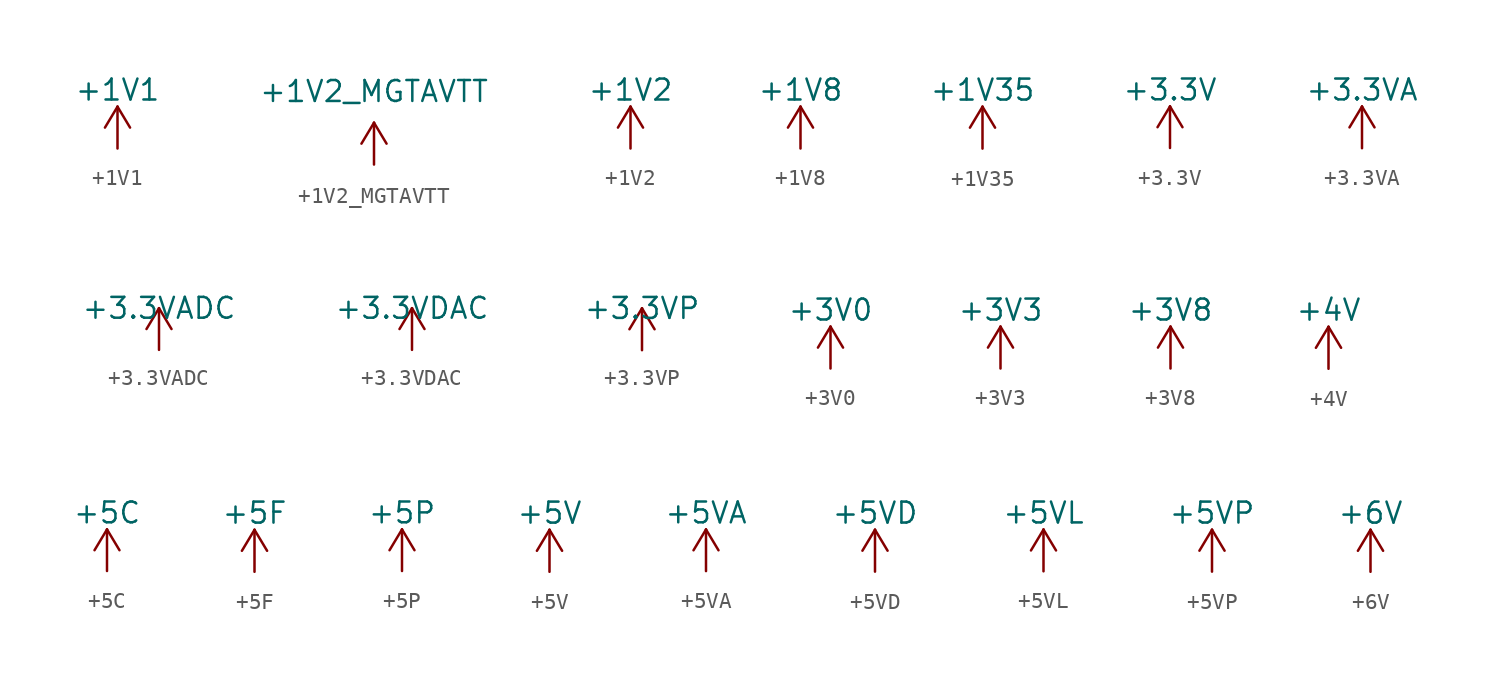
<source format=kicad_sym>
(kicad_symbol_lib
  (version 20220914)
  (generator kicad_symbol_editor)
  (symbol "+1V1"
    (power)
    (pin_names
      (offset 0))
    (property "Reference" "#PWR"
      (at 0 -3.81 0)
      (effects (font (size 1.27 1.27)) hide))
    (property "Value" "+1V1"
      (at 0 3.556 0)
      (effects (font (size 1.27 1.27))))
    (symbol "+1V1_0_1"
      (polyline (pts (xy -0.762 1.27) (xy 0 2.54)) (stroke (width 0) (type default)) (fill (type none)))
      (polyline (pts (xy 0 0) (xy 0 2.54)) (stroke (width 0) (type default)) (fill (type none)))
      (polyline (pts (xy 0 2.54) (xy 0.762 1.27)) (stroke (width 0) (type default)) (fill (type none))))
    (symbol "+1V1_1_1"
      (pin power_in line (at 0 0 90) (length 0) hide (name "+1V1" (effects (font (size 1.27 1.27)))) (number "1" (effects (font (size 1.27 1.27)))))))
  (symbol "+1V2_MGTAVTT"
    (power)
    (pin_names
      (offset 0))
    (property "Reference" "#PWR037"
      (at 0 -3.81 0)
      (effects (font (size 1.27 1.27)) hide))
    (property "Value" "+1V2_MGTAVTT"
      (at 0 4.445 0)
      (effects (font (size 1.27 1.27))))
    (symbol "+1V2_MGTAVTT_0_1"
      (polyline (pts (xy -0.762 1.27) (xy 0 2.54)) (stroke (width 0) (type default)) (fill (type none)))
      (polyline (pts (xy 0 0) (xy 0 2.54)) (stroke (width 0) (type default)) (fill (type none)))
      (polyline (pts (xy 0 2.54) (xy 0.762 1.27)) (stroke (width 0) (type default)) (fill (type none))))
    (symbol "+1V2_MGTAVTT_1_1"
      (pin power_in line (at 0 0 90) (length 0) hide (name "+1V2" (effects (font (size 1.27 1.27)))) (number "1" (effects (font (size 1.27 1.27)))))))
  (symbol "+1V2"
    (power)
    (pin_names
      (offset 0))
    (property "Reference" "#PWR"
      (at 0 -3.81 0)
      (effects (font (size 1.27 1.27)) hide))
    (property "Value" "+1V2"
      (at 0 3.556 0)
      (effects (font (size 1.27 1.27))))
    (symbol "+1V2_0_1"
      (polyline (pts (xy -0.762 1.27) (xy 0 2.54)) (stroke (width 0) (type default)) (fill (type none)))
      (polyline (pts (xy 0 0) (xy 0 2.54)) (stroke (width 0) (type default)) (fill (type none)))
      (polyline (pts (xy 0 2.54) (xy 0.762 1.27)) (stroke (width 0) (type default)) (fill (type none))))
    (symbol "+1V2_1_1"
      (pin power_in line (at 0 0 90) (length 0) hide (name "+1V2" (effects (font (size 1.27 1.27)))) (number "1" (effects (font (size 1.27 1.27)))))))
  (symbol "+1V8"
    (power)
    (pin_names
      (offset 0))
    (property "Reference" "#PWR"
      (at 0 -3.81 0)
      (effects (font (size 1.27 1.27)) hide))
    (property "Value" "+1V8"
      (at 0 3.556 0)
      (effects (font (size 1.27 1.27))))
    (symbol "+1V8_0_1"
      (polyline (pts (xy -0.762 1.27) (xy 0 2.54)) (stroke (width 0) (type default)) (fill (type none)))
      (polyline (pts (xy 0 0) (xy 0 2.54)) (stroke (width 0) (type default)) (fill (type none)))
      (polyline (pts (xy 0 2.54) (xy 0.762 1.27)) (stroke (width 0) (type default)) (fill (type none))))
    (symbol "+1V8_1_1"
      (pin power_in line (at 0 0 90) (length 0) hide (name "+1V8" (effects (font (size 1.27 1.27)))) (number "1" (effects (font (size 1.27 1.27)))))))
  (symbol "+1V35"
    (power)
    (pin_names
      (offset 0))
    (property "Reference" "#PWR"
      (at 0 -3.81 0)
      (effects (font (size 1.27 1.27)) hide))
    (property "Value" "+1V35"
      (at 0 3.556 0)
      (effects (font (size 1.27 1.27))))
    (symbol "+1V35_0_1"
      (polyline (pts (xy -0.762 1.27) (xy 0 2.54)) (stroke (width 0) (type default)) (fill (type none)))
      (polyline (pts (xy 0 0) (xy 0 2.54)) (stroke (width 0) (type default)) (fill (type none)))
      (polyline (pts (xy 0 2.54) (xy 0.762 1.27)) (stroke (width 0) (type default)) (fill (type none))))
    (symbol "+1V35_1_1"
      (pin power_in line (at 0 0 90) (length 0) hide (name "+1V35" (effects (font (size 1.27 1.27)))) (number "1" (effects (font (size 1.27 1.27)))))))
  (symbol "+3.3V"
    (power)
    (pin_names
      (offset 0))
    (property "Reference" "#PWR"
      (at 0 -3.81 0)
      (effects (font (size 1.27 1.27)) hide))
    (property "Value" "+3.3V"
      (at 0 3.556 0)
      (effects (font (size 1.27 1.27))))
    (symbol "+3.3V_0_1"
      (polyline (pts (xy -0.762 1.27) (xy 0 2.54)) (stroke (width 0) (type default)) (fill (type none)))
      (polyline (pts (xy 0 0) (xy 0 2.54)) (stroke (width 0) (type default)) (fill (type none)))
      (polyline (pts (xy 0 2.54) (xy 0.762 1.27)) (stroke (width 0) (type default)) (fill (type none))))
    (symbol "+3.3V_1_1"
      (pin power_in line (at 0 0 90) (length 0) hide (name "+3.3V" (effects (font (size 1.27 1.27)))) (number "1" (effects (font (size 1.27 1.27)))))))
  (symbol "+3.3VA"
    (power)
    (pin_names
      (offset 0))
    (property "Reference" "#PWR"
      (at 0 -3.81 0)
      (effects (font (size 1.27 1.27)) hide))
    (property "Value" "+3.3VA"
      (at 0 3.556 0)
      (effects (font (size 1.27 1.27))))
    (symbol "+3.3VA_0_1"
      (polyline (pts (xy -0.762 1.27) (xy 0 2.54)) (stroke (width 0) (type default)) (fill (type none)))
      (polyline (pts (xy 0 0) (xy 0 2.54)) (stroke (width 0) (type default)) (fill (type none)))
      (polyline (pts (xy 0 2.54) (xy 0.762 1.27)) (stroke (width 0) (type default)) (fill (type none))))
    (symbol "+3.3VA_1_1"
      (pin power_in line (at 0 0 90) (length 0) hide (name "+3.3VA" (effects (font (size 1.27 1.27)))) (number "1" (effects (font (size 1.27 1.27)))))))
  (symbol "+3.3VADC"
    (power)
    (pin_names
      (offset 0))
    (property "Reference" "#PWR"
      (at 3.81 -1.27 0)
      (effects (font (size 1.27 1.27)) hide))
    (property "Value" "+3.3VADC"
      (at 0 2.54 0)
      (effects (font (size 1.27 1.27))))
    (symbol "+3.3VADC_0_0"
      (pin power_in line (at 0 0 90) (length 0) hide (name "+3.3VADC" (effects (font (size 1.27 1.27)))) (number "1" (effects (font (size 1.27 1.27))))))
    (symbol "+3.3VADC_0_1"
      (polyline (pts (xy -0.762 1.27) (xy 0 2.54)) (stroke (width 0) (type default)) (fill (type none)))
      (polyline (pts (xy 0 0) (xy 0 2.54)) (stroke (width 0) (type default)) (fill (type none)))
      (polyline (pts (xy 0 2.54) (xy 0.762 1.27)) (stroke (width 0) (type default)) (fill (type none)))))
  (symbol "+3.3VDAC"
    (power)
    (pin_names
      (offset 0))
    (property "Reference" "#PWR"
      (at 3.81 -1.27 0)
      (effects (font (size 1.27 1.27)) hide))
    (property "Value" "+3.3VDAC"
      (at 0 2.54 0)
      (effects (font (size 1.27 1.27))))
    (symbol "+3.3VDAC_0_0"
      (pin power_in line (at 0 0 90) (length 0) hide (name "+3.3VDAC" (effects (font (size 1.27 1.27)))) (number "1" (effects (font (size 1.27 1.27))))))
    (symbol "+3.3VDAC_0_1"
      (polyline (pts (xy -0.762 1.27) (xy 0 2.54)) (stroke (width 0) (type default)) (fill (type none)))
      (polyline (pts (xy 0 0) (xy 0 2.54)) (stroke (width 0) (type default)) (fill (type none)))
      (polyline (pts (xy 0 2.54) (xy 0.762 1.27)) (stroke (width 0) (type default)) (fill (type none)))))
  (symbol "+3.3VP"
    (power)
    (pin_names
      (offset 0))
    (property "Reference" "#PWR"
      (at 3.81 -1.27 0)
      (effects (font (size 1.27 1.27)) hide))
    (property "Value" "+3.3VP"
      (at 0 2.54 0)
      (effects (font (size 1.27 1.27))))
    (symbol "+3.3VP_0_0"
      (pin power_in line (at 0 0 90) (length 0) hide (name "+3.3VP" (effects (font (size 1.27 1.27)))) (number "1" (effects (font (size 1.27 1.27))))))
    (symbol "+3.3VP_0_1"
      (polyline (pts (xy -0.762 1.27) (xy 0 2.54)) (stroke (width 0) (type default)) (fill (type none)))
      (polyline (pts (xy 0 0) (xy 0 2.54)) (stroke (width 0) (type default)) (fill (type none)))
      (polyline (pts (xy 0 2.54) (xy 0.762 1.27)) (stroke (width 0) (type default)) (fill (type none)))))
  (symbol "+3V0"
    (power)
    (pin_names
      (offset 0))
    (property "Reference" "#PWR"
      (at 0 -3.81 0)
      (effects (font (size 1.27 1.27)) hide))
    (property "Value" "+3V0"
      (at 0 3.556 0)
      (effects (font (size 1.27 1.27))))
    (symbol "+3V0_0_1"
      (polyline (pts (xy -0.762 1.27) (xy 0 2.54)) (stroke (width 0) (type default)) (fill (type none)))
      (polyline (pts (xy 0 0) (xy 0 2.54)) (stroke (width 0) (type default)) (fill (type none)))
      (polyline (pts (xy 0 2.54) (xy 0.762 1.27)) (stroke (width 0) (type default)) (fill (type none))))
    (symbol "+3V0_1_1"
      (pin power_in line (at 0 0 90) (length 0) hide (name "+3V0" (effects (font (size 1.27 1.27)))) (number "1" (effects (font (size 1.27 1.27)))))))
  (symbol "+3V3"
    (power)
    (pin_names
      (offset 0))
    (property "Reference" "#PWR"
      (at 0 -3.81 0)
      (effects (font (size 1.27 1.27)) hide))
    (property "Value" "+3V3"
      (at 0 3.556 0)
      (effects (font (size 1.27 1.27))))
    (symbol "+3V3_0_1"
      (polyline (pts (xy -0.762 1.27) (xy 0 2.54)) (stroke (width 0) (type default)) (fill (type none)))
      (polyline (pts (xy 0 0) (xy 0 2.54)) (stroke (width 0) (type default)) (fill (type none)))
      (polyline (pts (xy 0 2.54) (xy 0.762 1.27)) (stroke (width 0) (type default)) (fill (type none))))
    (symbol "+3V3_1_1"
      (pin power_in line (at 0 0 90) (length 0) hide (name "+3V3" (effects (font (size 1.27 1.27)))) (number "1" (effects (font (size 1.27 1.27)))))))
  (symbol "+3V8"
    (power)
    (pin_names
      (offset 0))
    (property "Reference" "#PWR"
      (at 0 -3.81 0)
      (effects (font (size 1.27 1.27)) hide))
    (property "Value" "+3V8"
      (at 0 3.556 0)
      (effects (font (size 1.27 1.27))))
    (symbol "+3V8_0_1"
      (polyline (pts (xy -0.762 1.27) (xy 0 2.54)) (stroke (width 0) (type default)) (fill (type none)))
      (polyline (pts (xy 0 0) (xy 0 2.54)) (stroke (width 0) (type default)) (fill (type none)))
      (polyline (pts (xy 0 2.54) (xy 0.762 1.27)) (stroke (width 0) (type default)) (fill (type none))))
    (symbol "+3V8_1_1"
      (pin power_in line (at 0 0 90) (length 0) hide (name "+3V8" (effects (font (size 1.27 1.27)))) (number "1" (effects (font (size 1.27 1.27)))))))
  (symbol "+4V"
    (power)
    (pin_names
      (offset 0))
    (property "Reference" "#PWR"
      (at 0 -3.81 0)
      (effects (font (size 1.27 1.27)) hide))
    (property "Value" "+4V"
      (at 0 3.556 0)
      (effects (font (size 1.27 1.27))))
    (symbol "+4V_0_1"
      (polyline (pts (xy -0.762 1.27) (xy 0 2.54)) (stroke (width 0) (type default)) (fill (type none)))
      (polyline (pts (xy 0 0) (xy 0 2.54)) (stroke (width 0) (type default)) (fill (type none)))
      (polyline (pts (xy 0 2.54) (xy 0.762 1.27)) (stroke (width 0) (type default)) (fill (type none))))
    (symbol "+4V_1_1"
      (pin power_in line (at 0 0 90) (length 0) hide (name "+4V" (effects (font (size 1.27 1.27)))) (number "1" (effects (font (size 1.27 1.27)))))))
  (symbol "+5C"
    (power)
    (pin_names
      (offset 0))
    (property "Reference" "#PWR"
      (at 0 -3.81 0)
      (effects (font (size 1.27 1.27)) hide))
    (property "Value" "+5C"
      (at 0 3.556 0)
      (effects (font (size 1.27 1.27))))
    (symbol "+5C_0_1"
      (polyline (pts (xy -0.762 1.27) (xy 0 2.54)) (stroke (width 0) (type default)) (fill (type none)))
      (polyline (pts (xy 0 0) (xy 0 2.54)) (stroke (width 0) (type default)) (fill (type none)))
      (polyline (pts (xy 0 2.54) (xy 0.762 1.27)) (stroke (width 0) (type default)) (fill (type none))))
    (symbol "+5C_1_1"
      (pin power_in line (at 0 0 90) (length 0) hide (name "+5C" (effects (font (size 1.27 1.27)))) (number "1" (effects (font (size 1.27 1.27)))))))
  (symbol "+5F"
    (power)
    (pin_names
      (offset 0))
    (property "Reference" "#PWR"
      (at 0 -3.81 0)
      (effects (font (size 1.27 1.27)) hide))
    (property "Value" "+5F"
      (at 0 3.556 0)
      (effects (font (size 1.27 1.27))))
    (symbol "+5F_0_1"
      (polyline (pts (xy -0.762 1.27) (xy 0 2.54)) (stroke (width 0) (type default)) (fill (type none)))
      (polyline (pts (xy 0 0) (xy 0 2.54)) (stroke (width 0) (type default)) (fill (type none)))
      (polyline (pts (xy 0 2.54) (xy 0.762 1.27)) (stroke (width 0) (type default)) (fill (type none))))
    (symbol "+5F_1_1"
      (pin power_in line (at 0 0 90) (length 0) hide (name "+5F" (effects (font (size 1.27 1.27)))) (number "1" (effects (font (size 1.27 1.27)))))))
  (symbol "+5P"
    (power)
    (pin_names
      (offset 0))
    (property "Reference" "#PWR"
      (at 0 -3.81 0)
      (effects (font (size 1.27 1.27)) hide))
    (property "Value" "+5P"
      (at 0 3.556 0)
      (effects (font (size 1.27 1.27))))
    (symbol "+5P_0_1"
      (polyline (pts (xy -0.762 1.27) (xy 0 2.54)) (stroke (width 0) (type default)) (fill (type none)))
      (polyline (pts (xy 0 0) (xy 0 2.54)) (stroke (width 0) (type default)) (fill (type none)))
      (polyline (pts (xy 0 2.54) (xy 0.762 1.27)) (stroke (width 0) (type default)) (fill (type none))))
    (symbol "+5P_1_1"
      (pin power_in line (at 0 0 90) (length 0) hide (name "+5P" (effects (font (size 1.27 1.27)))) (number "1" (effects (font (size 1.27 1.27)))))))
  (symbol "+5V"
    (power)
    (pin_names
      (offset 0))
    (property "Reference" "#PWR"
      (at 0 -3.81 0)
      (effects (font (size 1.27 1.27)) hide))
    (property "Value" "+5V"
      (at 0 3.556 0)
      (effects (font (size 1.27 1.27))))
    (symbol "+5V_0_1"
      (polyline (pts (xy -0.762 1.27) (xy 0 2.54)) (stroke (width 0) (type default)) (fill (type none)))
      (polyline (pts (xy 0 0) (xy 0 2.54)) (stroke (width 0) (type default)) (fill (type none)))
      (polyline (pts (xy 0 2.54) (xy 0.762 1.27)) (stroke (width 0) (type default)) (fill (type none))))
    (symbol "+5V_1_1"
      (pin power_in line (at 0 0 90) (length 0) hide (name "+5V" (effects (font (size 1.27 1.27)))) (number "1" (effects (font (size 1.27 1.27)))))))
  (symbol "+5VA"
    (power)
    (pin_names
      (offset 0))
    (property "Reference" "#PWR"
      (at 0 -3.81 0)
      (effects (font (size 1.27 1.27)) hide))
    (property "Value" "+5VA"
      (at 0 3.556 0)
      (effects (font (size 1.27 1.27))))
    (symbol "+5VA_0_1"
      (polyline (pts (xy -0.762 1.27) (xy 0 2.54)) (stroke (width 0) (type default)) (fill (type none)))
      (polyline (pts (xy 0 0) (xy 0 2.54)) (stroke (width 0) (type default)) (fill (type none)))
      (polyline (pts (xy 0 2.54) (xy 0.762 1.27)) (stroke (width 0) (type default)) (fill (type none))))
    (symbol "+5VA_1_1"
      (pin power_in line (at 0 0 90) (length 0) hide (name "+5VA" (effects (font (size 1.27 1.27)))) (number "1" (effects (font (size 1.27 1.27)))))))
  (symbol "+5VD"
    (power)
    (pin_names
      (offset 0))
    (property "Reference" "#PWR"
      (at 0 -3.81 0)
      (effects (font (size 1.27 1.27)) hide))
    (property "Value" "+5VD"
      (at 0 3.556 0)
      (effects (font (size 1.27 1.27))))
    (symbol "+5VD_0_1"
      (polyline (pts (xy -0.762 1.27) (xy 0 2.54)) (stroke (width 0) (type default)) (fill (type none)))
      (polyline (pts (xy 0 0) (xy 0 2.54)) (stroke (width 0) (type default)) (fill (type none)))
      (polyline (pts (xy 0 2.54) (xy 0.762 1.27)) (stroke (width 0) (type default)) (fill (type none))))
    (symbol "+5VD_1_1"
      (pin power_in line (at 0 0 90) (length 0) hide (name "+5VD" (effects (font (size 1.27 1.27)))) (number "1" (effects (font (size 1.27 1.27)))))))
  (symbol "+5VL"
    (power)
    (pin_names
      (offset 0))
    (property "Reference" "#PWR"
      (at 0 -3.81 0)
      (effects (font (size 1.27 1.27)) hide))
    (property "Value" "+5VL"
      (at 0 3.556 0)
      (effects (font (size 1.27 1.27))))
    (symbol "+5VL_0_1"
      (polyline (pts (xy -0.762 1.27) (xy 0 2.54)) (stroke (width 0) (type default)) (fill (type none)))
      (polyline (pts (xy 0 0) (xy 0 2.54)) (stroke (width 0) (type default)) (fill (type none)))
      (polyline (pts (xy 0 2.54) (xy 0.762 1.27)) (stroke (width 0) (type default)) (fill (type none))))
    (symbol "+5VL_1_1"
      (pin power_in line (at 0 0 90) (length 0) hide (name "+5VL" (effects (font (size 1.27 1.27)))) (number "1" (effects (font (size 1.27 1.27)))))))
  (symbol "+5VP"
    (power)
    (pin_names
      (offset 0))
    (property "Reference" "#PWR"
      (at 0 -3.81 0)
      (effects (font (size 1.27 1.27)) hide))
    (property "Value" "+5VP"
      (at 0 3.556 0)
      (effects (font (size 1.27 1.27))))
    (symbol "+5VP_0_1"
      (polyline (pts (xy -0.762 1.27) (xy 0 2.54)) (stroke (width 0) (type default)) (fill (type none)))
      (polyline (pts (xy 0 0) (xy 0 2.54)) (stroke (width 0) (type default)) (fill (type none)))
      (polyline (pts (xy 0 2.54) (xy 0.762 1.27)) (stroke (width 0) (type default)) (fill (type none))))
    (symbol "+5VP_1_1"
      (pin power_in line (at 0 0 90) (length 0) hide (name "+5VP" (effects (font (size 1.27 1.27)))) (number "1" (effects (font (size 1.27 1.27)))))))
  (symbol "+6V"
    (power)
    (pin_names
      (offset 0))
    (property "Reference" "#PWR"
      (at 0 -3.81 0)
      (effects (font (size 1.27 1.27)) hide))
    (property "Value" "+6V"
      (at 0 3.556 0)
      (effects (font (size 1.27 1.27))))
    (symbol "+6V_0_1"
      (polyline (pts (xy -0.762 1.27) (xy 0 2.54)) (stroke (width 0) (type default)) (fill (type none)))
      (polyline (pts (xy 0 0) (xy 0 2.54)) (stroke (width 0) (type default)) (fill (type none)))
      (polyline (pts (xy 0 2.54) (xy 0.762 1.27)) (stroke (width 0) (type default)) (fill (type none))))
    (symbol "+6V_1_1"
      (pin power_in line (at 0 0 90) (length 0) hide (name "+6V" (effects (font (size 1.27 1.27)))) (number "1" (effects (font (size 1.27 1.27))))))))
</source>
